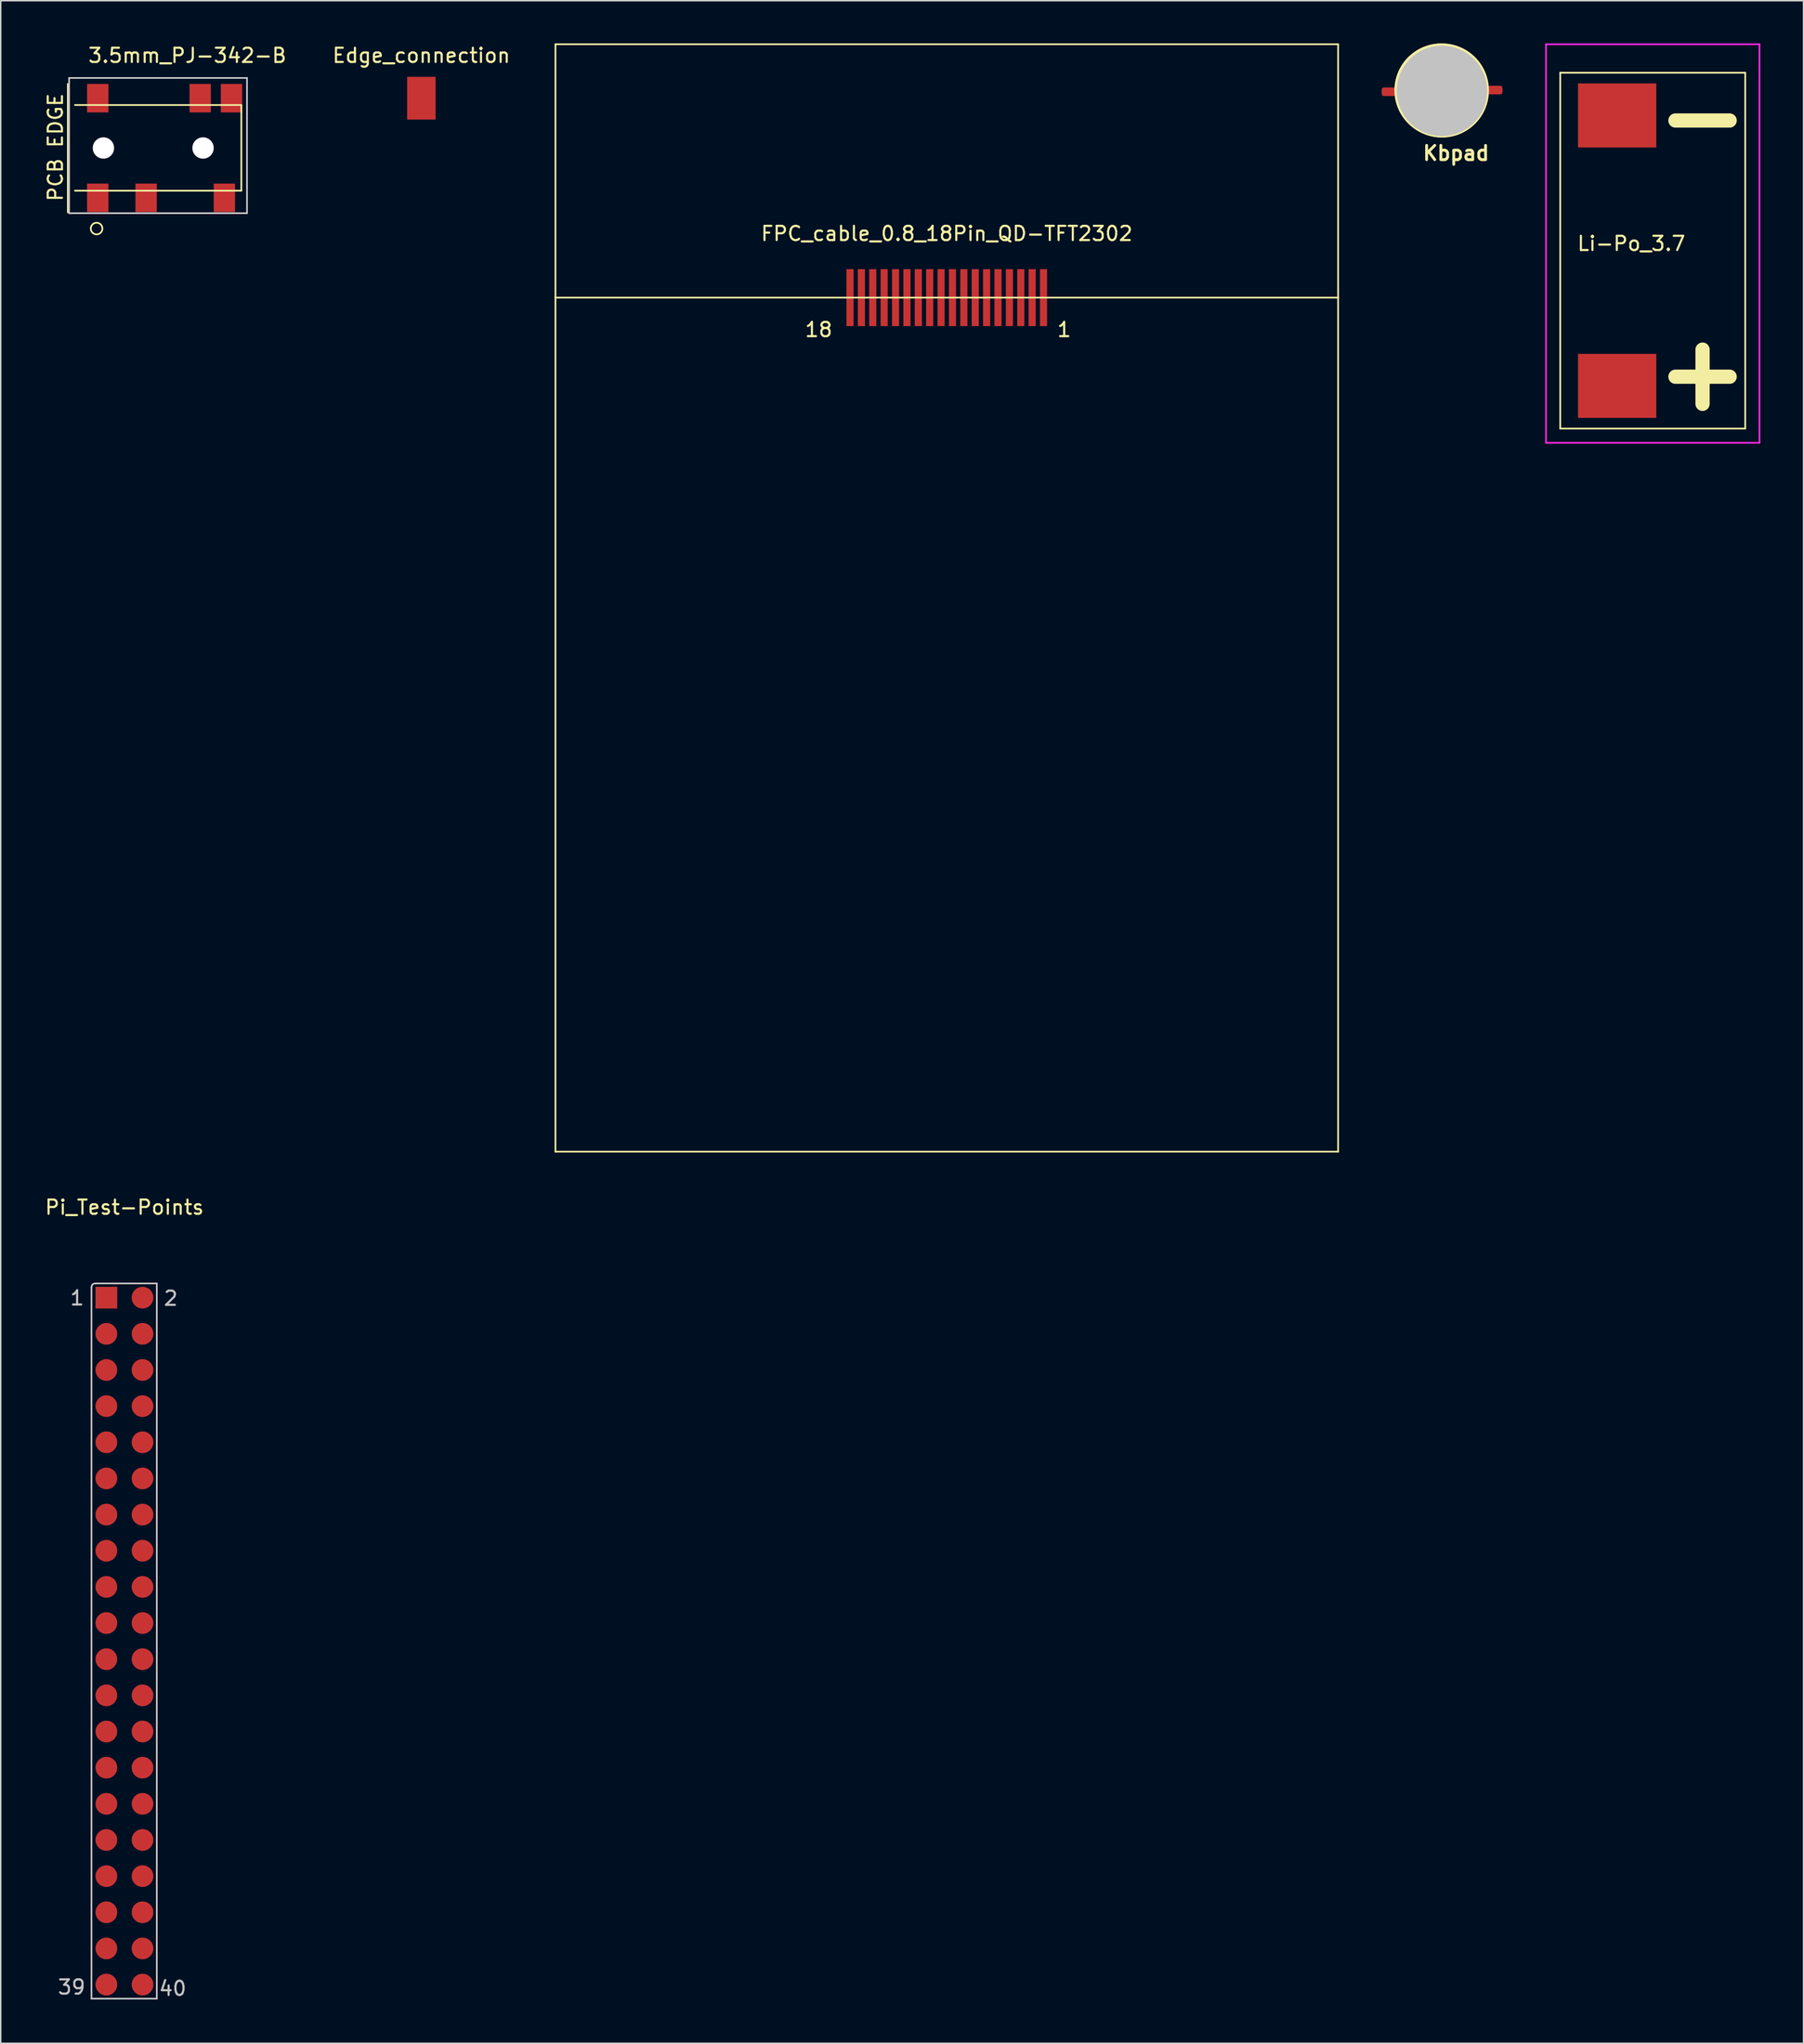
<source format=kicad_pcb>
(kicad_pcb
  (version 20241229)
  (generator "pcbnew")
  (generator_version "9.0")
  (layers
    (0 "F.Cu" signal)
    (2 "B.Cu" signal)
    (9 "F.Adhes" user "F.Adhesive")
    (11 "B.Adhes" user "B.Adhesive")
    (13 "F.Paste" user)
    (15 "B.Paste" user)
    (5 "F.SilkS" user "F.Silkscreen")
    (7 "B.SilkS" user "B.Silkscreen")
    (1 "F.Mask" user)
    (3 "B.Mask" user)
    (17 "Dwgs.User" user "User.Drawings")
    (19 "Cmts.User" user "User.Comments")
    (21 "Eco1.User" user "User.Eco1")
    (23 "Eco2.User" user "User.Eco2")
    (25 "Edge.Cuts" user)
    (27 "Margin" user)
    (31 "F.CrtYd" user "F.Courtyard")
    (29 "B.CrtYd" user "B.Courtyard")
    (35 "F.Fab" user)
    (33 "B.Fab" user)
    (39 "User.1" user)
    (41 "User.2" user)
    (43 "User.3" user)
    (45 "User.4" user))
  (footprint "3.5mm_PJ-342-B"
    (layer "F.Cu")
    (at 3.808 0.928)
    (property "Reference" "3.5mm_PJ-342-B" (at 6.31 -0.08 0) (layer "F.SilkS") (effects (font (size 1 1) (thickness 0.15))))
    (attr through_hole)
    (fp_line (start -2.09 1.92) (end -2.09 10.94) (stroke (width 0.12) (type solid)) (layer "F.SilkS"))
    (fp_line (start -1.59 3.4) (end 10.1 3.4) (stroke (width 0.12) (type solid)) (layer "F.SilkS"))
    (fp_line (start 10.1 3.42) (end 10.1 9.42) (stroke (width 0.12) (type solid)) (layer "F.SilkS"))
    (fp_line (start 10.1 9.42) (end -1.59 9.42) (stroke (width 0.12) (type solid)) (layer "F.SilkS"))
    (fp_circle (center -0.07 12.08) (end 0.339 12.08) (stroke (width 0.12) (type solid)) (fill no) (layer "F.SilkS"))
    (fp_line (start -2 1.5) (end 10.5 1.5) (stroke (width 0.12) (type solid)) (layer "Dwgs.User"))
    (fp_line (start -2 11) (end -2 1.5) (stroke (width 0.12) (type solid)) (layer "Dwgs.User"))
    (fp_line (start 10.5 1.5) (end 10.5 11) (stroke (width 0.12) (type solid)) (layer "Dwgs.User"))
    (fp_line (start 10.5 11) (end -2 11) (stroke (width 0.12) (type solid)) (layer "Dwgs.User"))
    (fp_text user "PCB EDGE" (at -2.96 6.37 90) (layer "F.SilkS") (effects (font (size 1 1) (thickness 0.15))))
    (pad "" np_thru_hole circle (at 0.41 6.42) (size 1.5 1.5) (drill 1.5) (layers "*.Cu" "*.Mask"))
    (pad "" np_thru_hole circle (at 7.41 6.42) (size 1.5 1.5) (drill 1.5) (layers "*.Cu" "*.Mask"))
    (pad "1" smd rect (at 0.01 9.92) (size 1.5 2) (layers "F.Cu" "F.Mask" "F.Paste"))
    (pad "2" smd rect (at 0.01 2.92) (size 1.5 2) (layers "F.Cu" "F.Mask" "F.Paste"))
    (pad "3" smd rect (at 3.41 9.92) (size 1.5 2) (layers "F.Cu" "F.Mask" "F.Paste"))
    (pad "4" smd rect (at 7.21 2.92) (size 1.5 2) (layers "F.Cu" "F.Mask" "F.Paste"))
    (pad "5" smd rect (at 9.41 2.92) (size 1.5 2) (layers "F.Cu" "F.Mask" "F.Paste"))
    (pad "6" smd rect (at 8.91 9.92) (size 1.5 2) (layers "F.Cu" "F.Mask" "F.Paste")))
  (footprint "FPC_cable_0.8_18Pin_QD-TFT2302"
    (layer "F.Cu")
    (at 63.482 17.86)
    (property "Reference" "FPC_cable_0.8_18Pin_QD-TFT2302" (at 0 -4.5 0) (layer "F.SilkS") (effects (font (size 1 1) (thickness 0.15))))
    (attr through_hole)
    (fp_line (start -27.5 -17.8) (end 27.5 -17.8) (stroke (width 0.12) (type solid)) (layer "F.SilkS"))
    (fp_line (start -27.5 0) (end -27.5 -17.8) (stroke (width 0.12) (type solid)) (layer "F.SilkS"))
    (fp_line (start -27.5 0) (end -27.5 60) (stroke (width 0.12) (type solid)) (layer "F.SilkS"))
    (fp_line (start -27.5 60) (end 27.5 60) (stroke (width 0.12) (type solid)) (layer "F.SilkS"))
    (fp_line (start 27.5 -17.8) (end 27.5 0) (stroke (width 0.12) (type solid)) (layer "F.SilkS"))
    (fp_line (start 27.5 0) (end -27.5 0) (stroke (width 0.12) (type solid)) (layer "F.SilkS"))
    (fp_line (start 27.5 60) (end 27.5 0) (stroke (width 0.12) (type solid)) (layer "F.SilkS"))
    (fp_text user "1" (at 8.25 2.25 0) (layer "F.SilkS") (effects (font (size 1 1) (thickness 0.15))))
    (fp_text user "18" (at -9 2.25 0) (layer "F.SilkS") (effects (font (size 1 1) (thickness 0.15))))
    (pad "1" smd rect (at 6.8 0) (size 0.5 4) (layers "F.Cu" "F.Mask" "F.Paste"))
    (pad "2" smd rect (at 6 0) (size 0.5 4) (layers "F.Cu" "F.Mask" "F.Paste"))
    (pad "3" smd rect (at 5.2 0) (size 0.5 4) (layers "F.Cu" "F.Mask" "F.Paste"))
    (pad "4" smd rect (at 4.4 0) (size 0.5 4) (layers "F.Cu" "F.Mask" "F.Paste"))
    (pad "5" smd rect (at 3.6 0) (size 0.5 4) (layers "F.Cu" "F.Mask" "F.Paste"))
    (pad "6" smd rect (at 2.8 0) (size 0.5 4) (layers "F.Cu" "F.Mask" "F.Paste"))
    (pad "7" smd rect (at 2 0) (size 0.5 4) (layers "F.Cu" "F.Mask" "F.Paste"))
    (pad "8" smd rect (at 1.2 0) (size 0.5 4) (layers "F.Cu" "F.Mask" "F.Paste"))
    (pad "9" smd rect (at 0.4 0) (size 0.5 4) (layers "F.Cu" "F.Mask" "F.Paste"))
    (pad "10" smd rect (at -0.4 0) (size 0.5 4) (layers "F.Cu" "F.Mask" "F.Paste"))
    (pad "11" smd rect (at -1.2 0) (size 0.5 4) (layers "F.Cu" "F.Mask" "F.Paste"))
    (pad "12" smd rect (at -2 0) (size 0.5 4) (layers "F.Cu" "F.Mask" "F.Paste"))
    (pad "13" smd rect (at -2.8 0) (size 0.5 4) (layers "F.Cu" "F.Mask" "F.Paste"))
    (pad "14" smd rect (at -3.6 0) (size 0.5 4) (layers "F.Cu" "F.Mask" "F.Paste"))
    (pad "15" smd rect (at -4.4 0) (size 0.5 4) (layers "F.Cu" "F.Mask" "F.Paste"))
    (pad "16" smd rect (at -5.2 0) (size 0.5 4) (layers "F.Cu" "F.Mask" "F.Paste"))
    (pad "17" smd rect (at -6 0) (size 0.5 4) (layers "F.Cu" "F.Mask" "F.Paste"))
    (pad "18" smd rect (at -6.8 0) (size 0.5 4) (layers "F.Cu" "F.Mask" "F.Paste")))
  (footprint "Li-Po_3.7"
    (layer "F.Cu")
    (at 114.592 2.06)
    (property "Reference" "Li-Po_3.7" (at -3 12 0) (layer "F.SilkS") (effects (font (size 1 1) (thickness 0.15))))
    (attr through_hole)
    (fp_line (start -8 0) (end -8 25) (stroke (width 0.12) (type solid)) (layer "F.SilkS"))
    (fp_line (start -8 25) (end 5 25) (stroke (width 0.12) (type solid)) (layer "F.SilkS"))
    (fp_line (start 5 0) (end -8 0) (stroke (width 0.12) (type solid)) (layer "F.SilkS"))
    (fp_line (start 5 25) (end 5 0) (stroke (width 0.12) (type solid)) (layer "F.SilkS"))
    (fp_line (start -9 -2) (end 6 -2) (stroke (width 0.12) (type solid)) (layer "F.CrtYd"))
    (fp_line (start -9 26) (end -9 -2) (stroke (width 0.12) (type solid)) (layer "F.CrtYd"))
    (fp_line (start 6 -2) (end 6 26) (stroke (width 0.12) (type solid)) (layer "F.CrtYd"))
    (fp_line (start 6 26) (end -9 26) (stroke (width 0.12) (type solid)) (layer "F.CrtYd"))
    (fp_text user "-" (at 2 3 0) (layer "F.SilkS") (effects (font (size 5 5) (thickness 1))))
    (fp_text user "+" (at 2 21 0) (layer "F.SilkS") (effects (font (size 5 5) (thickness 1))))
    (pad "1" smd rect (at -4 22) (size 5.5 4.5) (layers "F.Cu" "F.Mask" "F.Paste"))
    (pad "2" smd rect (at -4 3) (size 5.5 4.5) (layers "F.Cu" "F.Mask" "F.Paste")))
  (footprint "Edge_connection"
    (layer "F.Cu")
    (at 26.559 2.848)
    (property "Reference" "Edge_connection" (at 0 -2 0) (layer "F.SilkS") (effects (font (size 1 1) (thickness 0.15))))
    (attr through_hole)
    (pad "1" smd rect (at 0 1) (size 2 3) (layers "F.Cu" "F.Mask" "F.Paste")))
  (footprint "Kbpad"
    (layer "F.Cu")
    (at 98.102 3.217)
    (property "Reference" "Kbpad" (at -1.27 5.08 180) (layer "F.SilkS") (effects (font (size 1 1) (thickness 0.2)) (justify left bottom)))
    (attr through_hole)
    (fp_line (start -2.935 0.387) (end -2.998 0.155) (stroke (width 0.051) (type solid)) (layer "F.Cu"))
    (fp_line (start -2.678 0.358) (end -2.836 0.358) (stroke (width 0.254) (type solid)) (layer "F.Cu"))
    (fp_line (start -2.678 0.358) (end -2.678 -0.753) (stroke (width 0.254) (type solid)) (layer "F.Cu"))
    (fp_line (start -2.201 -0.118) (end -2.201 -0.753) (stroke (width 0.254) (type solid)) (layer "F.Cu"))
    (fp_line (start -2.201 0.358) (end -2.678 0.358) (stroke (width 0.254) (type solid)) (layer "F.Cu"))
    (fp_line (start -2.201 0.358) (end -2.201 0.834) (stroke (width 0.254) (type solid)) (layer "F.Cu"))
    (fp_line (start -1.725 -0.594) (end -1.725 -2.24) (stroke (width 0.254) (type solid)) (layer "F.Cu"))
    (fp_line (start -1.725 0.834) (end -1.725 2.422) (stroke (width 0.254) (type solid)) (layer "F.Cu"))
    (fp_line (start -1.249 -0.118) (end -2.201 -0.118) (stroke (width 0.254) (type solid)) (layer "F.Cu"))
    (fp_line (start -1.249 -0.118) (end -1.249 -1.864) (stroke (width 0.254) (type solid)) (layer "F.Cu"))
    (fp_line (start -1.249 0.358) (end -2.201 0.358) (stroke (width 0.254) (type solid)) (layer "F.Cu"))
    (fp_line (start -1.249 0.358) (end -1.249 2.104) (stroke (width 0.254) (type solid)) (layer "F.Cu"))
    (fp_line (start -0.772 -0.594) (end -0.772 -2.77) (stroke (width 0.254) (type solid)) (layer "F.Cu"))
    (fp_line (start -0.772 0.834) (end -0.772 2.898) (stroke (width 0.254) (type solid)) (layer "F.Cu"))
    (fp_line (start -0.296 -0.118) (end -1.249 -0.118) (stroke (width 0.254) (type solid)) (layer "F.Cu"))
    (fp_line (start -0.296 -0.118) (end -0.296 -2.182) (stroke (width 0.254) (type solid)) (layer "F.Cu"))
    (fp_line (start -0.296 0.358) (end -1.249 0.358) (stroke (width 0.254) (type solid)) (layer "F.Cu"))
    (fp_line (start -0.296 0.358) (end -0.296 2.422) (stroke (width 0.254) (type solid)) (layer "F.Cu"))
    (fp_line (start 0.18 -0.594) (end 0.18 -2.91) (stroke (width 0.254) (type solid)) (layer "F.Cu"))
    (fp_line (start 0.18 3.057) (end 0.18 0.834) (stroke (width 0.254) (type solid)) (layer "F.Cu"))
    (fp_line (start 0.656 -0.118) (end -0.296 -0.118) (stroke (width 0.254) (type solid)) (layer "F.Cu"))
    (fp_line (start 0.656 -0.118) (end 0.656 -2.182) (stroke (width 0.254) (type solid)) (layer "F.Cu"))
    (fp_line (start 0.656 0.358) (end -0.296 0.358) (stroke (width 0.254) (type solid)) (layer "F.Cu"))
    (fp_line (start 0.656 0.358) (end 0.656 2.422) (stroke (width 0.254) (type solid)) (layer "F.Cu"))
    (fp_line (start 1.13 0.85) (end 1.133 2.898) (stroke (width 0.254) (type solid)) (layer "F.Cu"))
    (fp_line (start 1.133 -0.594) (end 1.13 -2.73) (stroke (width 0.254) (type solid)) (layer "F.Cu"))
    (fp_line (start 1.609 -0.118) (end 0.656 -0.118) (stroke (width 0.254) (type solid)) (layer "F.Cu"))
    (fp_line (start 1.609 -0.118) (end 1.609 -1.864) (stroke (width 0.254) (type solid)) (layer "F.Cu"))
    (fp_line (start 1.609 0.358) (end 0.656 0.358) (stroke (width 0.254) (type solid)) (layer "F.Cu"))
    (fp_line (start 1.609 0.358) (end 1.609 2.104) (stroke (width 0.254) (type solid)) (layer "F.Cu"))
    (fp_line (start 2.085 -0.594) (end 2.09 -2.27) (stroke (width 0.254) (type solid)) (layer "F.Cu"))
    (fp_line (start 2.085 0.834) (end 2.085 2.422) (stroke (width 0.254) (type solid)) (layer "F.Cu"))
    (fp_line (start 2.561 -0.118) (end 1.609 -0.118) (stroke (width 0.254) (type solid)) (layer "F.Cu"))
    (fp_line (start 2.561 -0.118) (end 2.561 -0.594) (stroke (width 0.254) (type solid)) (layer "F.Cu"))
    (fp_line (start 2.561 -0.118) (end 3.038 -0.118) (stroke (width 0.254) (type solid)) (layer "F.Cu"))
    (fp_line (start 2.561 0.358) (end 1.609 0.358) (stroke (width 0.254) (type solid)) (layer "F.Cu"))
    (fp_line (start 2.561 0.358) (end 2.561 0.993) (stroke (width 0.254) (type solid)) (layer "F.Cu"))
    (fp_line (start 3.038 -0.118) (end 3.038 0.993) (stroke (width 0.254) (type solid)) (layer "F.Cu"))
    (fp_line (start 3.038 -0.118) (end 3.196 -0.118) (stroke (width 0.254) (type solid)) (layer "F.Cu"))
    (fp_line (start 3.282 -0.147) (end 3.342 0.076) (stroke (width 0.076) (type solid)) (layer "F.Cu"))
    (fp_arc (start -2.83625 0.12) (mid -0.30457 -2.854955) (end 3.0375 -0.8325) (stroke (width 0.381) (type solid)) (layer "F.Cu"))
    (fp_arc (start 3.19625 0.12) (mid 0.66457 3.094955) (end -2.6775 1.0725) (stroke (width 0.381) (type solid)) (layer "F.Cu"))
    (fp_circle (center 0.18 0.12) (end 1.73 0.12) (stroke (width 3.1) (type solid)) (fill no) (layer "F.Mask"))
    (fp_circle (center 0.123 0.075) (end 3.309 0.075) (stroke (width 0.2) (type solid)) (fill no) (layer "F.SilkS"))
    (fp_circle (center 0.172 0.089) (end 3.378 0.089) (stroke (width 0.2) (type solid)) (fill no) (layer "F.SilkS"))
    (fp_circle (center 0.18 0.12) (end 3.38 0.12) (stroke (width 0.127) (type solid)) (fill no) (layer "F.SilkS"))
    (fp_circle (center 0.18 0.12) (end 1.768 0.12) (stroke (width 3.175) (type solid)) (fill no) (layer "Dwgs.User"))
    (pad "1" smd roundrect (at -3.31 0.18 90) (size 0.6 1.5) (layers "F.Cu") (roundrect_rratio 0.25))
    (pad "2" smd roundrect (at 3.68 0.06 90) (size 0.6 1.5) (layers "F.Cu") (roundrect_rratio 0.25)))
  (footprint "Pi_Test-Points"
    (layer "F.Cu")
    (at 5.696 83.038)
    (property "Reference" "Pi_Test-Points" (at 0 -1.27 0) (layer "F.SilkS") (effects (font (size 1 1) (thickness 0.15))))
    (attr through_hole)
    (fp_line (start -2.319 4.321) (end -2.319 54.328) (stroke (width 0.12) (type solid)) (layer "Dwgs.User"))
    (fp_line (start -2.319 54.328) (end 2.273 54.328) (stroke (width 0.12) (type solid)) (layer "Dwgs.User"))
    (fp_line (start 2.273 4.079) (end -2.05 4.079) (stroke (width 0.12) (type solid)) (layer "Dwgs.User"))
    (fp_line (start 2.273 54.328) (end 2.273 4.079) (stroke (width 0.12) (type solid)) (layer "Dwgs.User"))
    (fp_arc (start -2.316586 4.327991) (mid -2.233982 4.150534) (end -2.049781 4.084321) (stroke (width 0.12) (type solid)) (layer "Dwgs.User"))
    (fp_text user "1" (at -3.327 5.103 0) (layer "Dwgs.User") (effects (font (size 1 1) (thickness 0.15))))
    (fp_text user "40" (at 3.388 53.614 0) (layer "Dwgs.User") (effects (font (size 1 1) (thickness 0.15))))
    (fp_text user "39" (at -3.713 53.518 0) (layer "Dwgs.User") (effects (font (size 1 1) (thickness 0.15))))
    (fp_text user "2" (at 3.256 5.128 0) (layer "Dwgs.User") (effects (font (size 1 1) (thickness 0.15))))
    (pad "1" smd rect (at -1.27 5.08) (size 1.524 1.524) (layers "F.Cu" "F.Mask" "F.Paste"))
    (pad "2" smd circle (at 1.27 5.08) (size 1.524 1.524) (layers "F.Cu" "F.Mask" "F.Paste"))
    (pad "3" smd circle (at -1.27 7.62) (size 1.524 1.524) (layers "F.Cu" "F.Mask" "F.Paste"))
    (pad "4" smd circle (at 1.27 7.62) (size 1.524 1.524) (layers "F.Cu" "F.Mask" "F.Paste"))
    (pad "5" smd circle (at -1.27 10.16) (size 1.524 1.524) (layers "F.Cu" "F.Mask" "F.Paste"))
    (pad "6" smd circle (at 1.27 10.16) (size 1.524 1.524) (layers "F.Cu" "F.Mask" "F.Paste"))
    (pad "7" smd circle (at -1.27 12.7) (size 1.524 1.524) (layers "F.Cu" "F.Mask" "F.Paste"))
    (pad "8" smd circle (at 1.27 12.7) (size 1.524 1.524) (layers "F.Cu" "F.Mask" "F.Paste"))
    (pad "9" smd circle (at -1.27 15.24) (size 1.524 1.524) (layers "F.Cu" "F.Mask" "F.Paste"))
    (pad "10" smd circle (at 1.27 15.24) (size 1.524 1.524) (layers "F.Cu" "F.Mask" "F.Paste"))
    (pad "11" smd circle (at -1.27 17.78) (size 1.524 1.524) (layers "F.Cu" "F.Mask" "F.Paste"))
    (pad "12" smd circle (at 1.27 17.78) (size 1.524 1.524) (layers "F.Cu" "F.Mask" "F.Paste"))
    (pad "13" smd circle (at -1.27 20.32) (size 1.524 1.524) (layers "F.Cu" "F.Mask" "F.Paste"))
    (pad "14" smd circle (at 1.27 20.32) (size 1.524 1.524) (layers "F.Cu" "F.Mask" "F.Paste"))
    (pad "15" smd circle (at -1.27 22.86) (size 1.524 1.524) (layers "F.Cu" "F.Mask" "F.Paste"))
    (pad "16" smd circle (at 1.27 22.86) (size 1.524 1.524) (layers "F.Cu" "F.Mask" "F.Paste"))
    (pad "17" smd circle (at -1.27 25.4) (size 1.524 1.524) (layers "F.Cu" "F.Mask" "F.Paste"))
    (pad "18" smd circle (at 1.27 25.4) (size 1.524 1.524) (layers "F.Cu" "F.Mask" "F.Paste"))
    (pad "19" smd circle (at -1.27 27.94) (size 1.524 1.524) (layers "F.Cu" "F.Mask" "F.Paste"))
    (pad "20" smd circle (at 1.27 27.94) (size 1.524 1.524) (layers "F.Cu" "F.Mask" "F.Paste"))
    (pad "21" smd circle (at -1.27 30.48) (size 1.524 1.524) (layers "F.Cu" "F.Mask" "F.Paste"))
    (pad "22" smd circle (at 1.27 30.48) (size 1.524 1.524) (layers "F.Cu" "F.Mask" "F.Paste"))
    (pad "23" smd circle (at -1.27 33.02) (size 1.524 1.524) (layers "F.Cu" "F.Mask" "F.Paste"))
    (pad "24" smd circle (at 1.27 33.02) (size 1.524 1.524) (layers "F.Cu" "F.Mask" "F.Paste"))
    (pad "25" smd circle (at -1.27 35.56) (size 1.524 1.524) (layers "F.Cu" "F.Mask" "F.Paste"))
    (pad "26" smd circle (at 1.27 35.56) (size 1.524 1.524) (layers "F.Cu" "F.Mask" "F.Paste"))
    (pad "27" smd circle (at -1.27 38.1) (size 1.524 1.524) (layers "F.Cu" "F.Mask" "F.Paste"))
    (pad "28" smd circle (at 1.27 38.1) (size 1.524 1.524) (layers "F.Cu" "F.Mask" "F.Paste"))
    (pad "29" smd circle (at -1.27 40.64) (size 1.524 1.524) (layers "F.Cu" "F.Mask" "F.Paste"))
    (pad "30" smd circle (at 1.27 40.64) (size 1.524 1.524) (layers "F.Cu" "F.Mask" "F.Paste"))
    (pad "31" smd circle (at -1.27 43.18) (size 1.524 1.524) (layers "F.Cu" "F.Mask" "F.Paste"))
    (pad "32" smd circle (at 1.27 43.18) (size 1.524 1.524) (layers "F.Cu" "F.Mask" "F.Paste"))
    (pad "33" smd circle (at -1.27 45.72) (size 1.524 1.524) (layers "F.Cu" "F.Mask" "F.Paste"))
    (pad "34" smd circle (at 1.27 45.72) (size 1.524 1.524) (layers "F.Cu" "F.Mask" "F.Paste"))
    (pad "35" smd circle (at -1.27 48.26) (size 1.524 1.524) (layers "F.Cu" "F.Mask" "F.Paste"))
    (pad "36" smd circle (at 1.27 48.26) (size 1.524 1.524) (layers "F.Cu" "F.Mask" "F.Paste"))
    (pad "37" smd circle (at -1.27 50.8) (size 1.524 1.524) (layers "F.Cu" "F.Mask" "F.Paste"))
    (pad "38" smd circle (at 1.27 50.8) (size 1.524 1.524) (layers "F.Cu" "F.Mask" "F.Paste"))
    (pad "39" smd circle (at -1.27 53.34) (size 1.524 1.524) (layers "F.Cu" "F.Mask" "F.Paste"))
    (pad "40" smd circle (at 1.27 53.34) (size 1.524 1.524) (layers "F.Cu" "F.Mask" "F.Paste")))
  (gr_rect
    (start -3 -3)
    (end 123.687 140.501)
    (stroke (width 0.1) (type default))
    (fill no)
    (layer "Edge.Cuts")))
</source>
